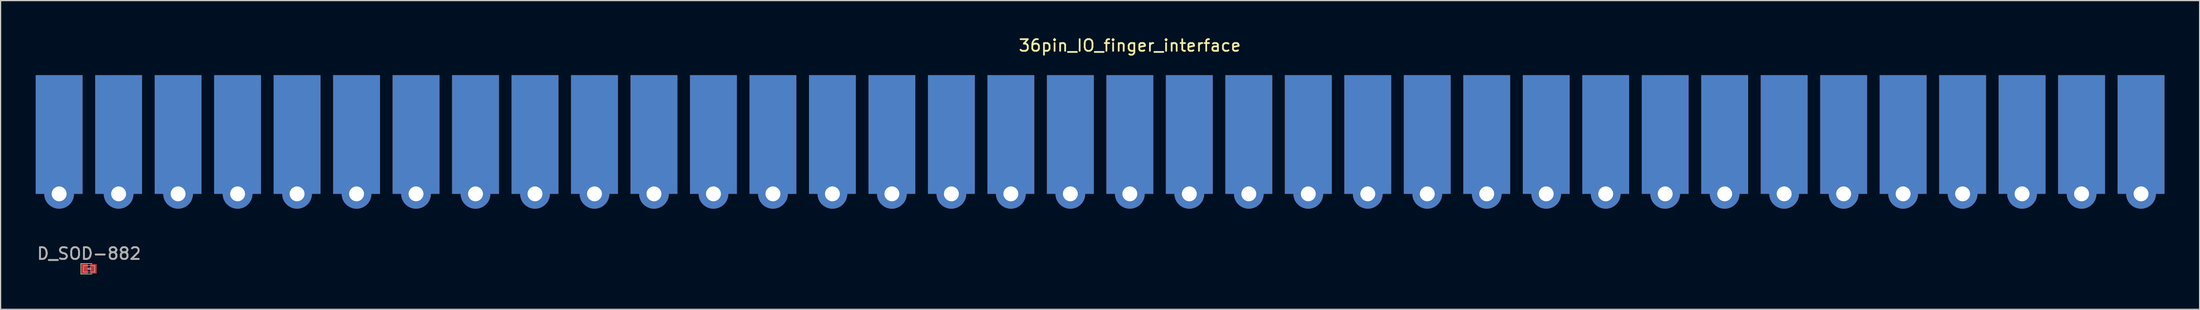
<source format=kicad_pcb>
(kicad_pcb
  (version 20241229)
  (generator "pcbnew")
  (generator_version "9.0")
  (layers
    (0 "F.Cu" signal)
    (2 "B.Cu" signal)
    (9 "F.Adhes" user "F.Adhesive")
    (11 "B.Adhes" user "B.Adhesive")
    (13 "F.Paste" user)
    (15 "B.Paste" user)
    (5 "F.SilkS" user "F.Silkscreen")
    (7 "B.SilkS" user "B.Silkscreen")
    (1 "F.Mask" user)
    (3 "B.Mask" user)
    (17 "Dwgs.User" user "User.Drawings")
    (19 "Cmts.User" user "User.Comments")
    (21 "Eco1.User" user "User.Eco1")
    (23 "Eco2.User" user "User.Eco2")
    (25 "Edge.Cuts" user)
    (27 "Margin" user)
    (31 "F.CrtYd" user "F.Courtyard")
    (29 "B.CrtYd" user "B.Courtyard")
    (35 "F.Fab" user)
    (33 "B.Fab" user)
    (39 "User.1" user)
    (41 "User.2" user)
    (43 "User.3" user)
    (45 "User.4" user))
  (footprint "D_SOD-882"
    (layer "F.Cu")
    (at 4.554 19.966)
    (property "Reference" "D_SOD-882" (at 0 -1.3 0) (layer "F.SilkS") (effects (font (size 1 1) (thickness 0.15))))
    (attr smd)
    (fp_line (start -0.699 -0.445) (end -0.699 0.445) (stroke (width 0.05) (type solid)) (layer "F.SilkS"))
    (fp_line (start -0.699 0.445) (end 0.254 0.445) (stroke (width 0.05) (type solid)) (layer "F.SilkS"))
    (fp_line (start 0.254 -0.445) (end -0.699 -0.445) (stroke (width 0.05) (type solid)) (layer "F.SilkS"))
    (fp_line (start -0.475 -0.275) (end 0.475 -0.275) (stroke (width 0.05) (type solid)) (layer "F.Fab"))
    (fp_line (start -0.475 0.275) (end -0.475 -0.275) (stroke (width 0.05) (type solid)) (layer "F.Fab"))
    (fp_line (start -0.064 0) (end -0.165 0) (stroke (width 0.05) (type solid)) (layer "F.Fab"))
    (fp_line (start -0.051 -0.102) (end -0.051 0.102) (stroke (width 0.05) (type solid)) (layer "F.Fab"))
    (fp_line (start -0.051 0) (end 0.102 -0.102) (stroke (width 0.05) (type solid)) (layer "F.Fab"))
    (fp_line (start 0.102 -0.102) (end 0.102 0.102) (stroke (width 0.05) (type solid)) (layer "F.Fab"))
    (fp_line (start 0.102 0) (end 0.191 0) (stroke (width 0.05) (type solid)) (layer "F.Fab"))
    (fp_line (start 0.102 0.102) (end -0.051 0) (stroke (width 0.05) (type solid)) (layer "F.Fab"))
    (fp_line (start 0.475 -0.275) (end 0.475 0.275) (stroke (width 0.05) (type solid)) (layer "F.Fab"))
    (fp_line (start 0.475 0.275) (end -0.475 0.275) (stroke (width 0.05) (type solid)) (layer "F.Fab"))
    (fp_text user "${REFERENCE}" (at 0 -1.3 0) (layer "F.Fab") (effects (font (size 1 1) (thickness 0.15))))
    (pad "1" smd rect (at -0.375 0) (size 0.55 0.8) (layers "F.Cu" "F.Mask" "F.Paste"))
    (pad "2" smd rect (at 0.375 0) (size 0.55 0.8) (layers "F.Cu" "F.Mask" "F.Paste")))
  (footprint "36pin_IO_finger_interface"
    (layer "F.Cu")
    (at 179.8 8.468)
    (property "Reference" "36pin_IO_finger_interface" (at -86.36 -7.62 0) (layer "F.SilkS") (effects (font (size 1 1) (thickness 0.15))))
    (attr through_hole)
    (pad "1" smd rect (at 0 0) (size 4 10.16) (layers "F.Cu" "F.Mask" "F.Paste"))
    (pad "1" smd rect (at 0 0) (size 4 10.16) (layers "F.Mask" "B.Cu" "F.Paste"))
    (pad "1" thru_hole circle (at 0 5.08) (size 2.54 2.54) (drill 1.27) (layers "*.Cu" "*.Mask"))
    (pad "2" smd rect (at -5.08 0) (size 4 10.16) (layers "F.Cu" "F.Mask" "F.Paste"))
    (pad "2" smd rect (at -5.08 0) (size 4 10.16) (layers "F.Mask" "B.Cu" "F.Paste"))
    (pad "2" thru_hole circle (at -5.08 5.08) (size 2.54 2.54) (drill 1.27) (layers "*.Cu" "*.Mask"))
    (pad "3" smd rect (at -10.16 0) (size 4 10.16) (layers "F.Cu" "F.Mask" "F.Paste"))
    (pad "3" smd rect (at -10.16 0) (size 4 10.16) (layers "F.Mask" "B.Cu" "F.Paste"))
    (pad "3" thru_hole circle (at -10.16 5.08) (size 2.54 2.54) (drill 1.27) (layers "*.Cu" "*.Mask"))
    (pad "4" smd rect (at -15.24 0) (size 4 10.16) (layers "F.Cu" "F.Mask" "F.Paste"))
    (pad "4" smd rect (at -15.24 0) (size 4 10.16) (layers "F.Mask" "B.Cu" "F.Paste"))
    (pad "4" thru_hole circle (at -15.24 5.08) (size 2.54 2.54) (drill 1.27) (layers "*.Cu" "*.Mask"))
    (pad "5" smd rect (at -20.32 0) (size 4 10.16) (layers "F.Cu" "F.Mask" "F.Paste"))
    (pad "5" smd rect (at -20.32 0) (size 4 10.16) (layers "F.Mask" "B.Cu" "F.Paste"))
    (pad "5" thru_hole circle (at -20.32 5.08) (size 2.54 2.54) (drill 1.27) (layers "*.Cu" "*.Mask"))
    (pad "6" smd rect (at -25.4 0) (size 4 10.16) (layers "F.Cu" "F.Mask" "F.Paste"))
    (pad "6" smd rect (at -25.4 0) (size 4 10.16) (layers "F.Mask" "B.Cu" "F.Paste"))
    (pad "6" thru_hole circle (at -25.4 5.08) (size 2.54 2.54) (drill 1.27) (layers "*.Cu" "*.Mask"))
    (pad "7" smd rect (at -30.48 0) (size 4 10.16) (layers "F.Cu" "F.Mask" "F.Paste"))
    (pad "7" smd rect (at -30.48 0) (size 4 10.16) (layers "F.Mask" "B.Cu" "F.Paste"))
    (pad "7" thru_hole circle (at -30.48 5.08) (size 2.54 2.54) (drill 1.27) (layers "*.Cu" "*.Mask"))
    (pad "8" smd rect (at -35.56 0) (size 4 10.16) (layers "F.Cu" "F.Mask" "F.Paste"))
    (pad "8" smd rect (at -35.56 0) (size 4 10.16) (layers "F.Mask" "B.Cu" "F.Paste"))
    (pad "8" thru_hole circle (at -35.56 5.08) (size 2.54 2.54) (drill 1.27) (layers "*.Cu" "*.Mask"))
    (pad "9" smd rect (at -40.64 0) (size 4 10.16) (layers "F.Cu" "F.Mask" "F.Paste"))
    (pad "9" smd rect (at -40.64 0) (size 4 10.16) (layers "F.Mask" "B.Cu" "F.Paste"))
    (pad "9" thru_hole circle (at -40.64 5.08) (size 2.54 2.54) (drill 1.27) (layers "*.Cu" "*.Mask"))
    (pad "10" smd rect (at -45.72 0) (size 4 10.16) (layers "F.Cu" "F.Mask" "F.Paste"))
    (pad "10" smd rect (at -45.72 0) (size 4 10.16) (layers "F.Mask" "B.Cu" "F.Paste"))
    (pad "10" thru_hole circle (at -45.72 5.08) (size 2.54 2.54) (drill 1.27) (layers "*.Cu" "*.Mask"))
    (pad "11" smd rect (at -50.8 0) (size 4 10.16) (layers "F.Cu" "F.Mask" "F.Paste"))
    (pad "11" smd rect (at -50.8 0) (size 4 10.16) (layers "F.Mask" "B.Cu" "F.Paste"))
    (pad "11" thru_hole circle (at -50.8 5.08) (size 2.54 2.54) (drill 1.27) (layers "*.Cu" "*.Mask"))
    (pad "12" smd rect (at -55.88 0) (size 4 10.16) (layers "F.Cu" "F.Mask" "F.Paste"))
    (pad "12" smd rect (at -55.88 0) (size 4 10.16) (layers "F.Mask" "B.Cu" "F.Paste"))
    (pad "12" thru_hole circle (at -55.88 5.08) (size 2.54 2.54) (drill 1.27) (layers "*.Cu" "*.Mask"))
    (pad "13" smd rect (at -60.96 0) (size 4 10.16) (layers "F.Cu" "F.Mask" "F.Paste"))
    (pad "13" smd rect (at -60.96 0) (size 4 10.16) (layers "F.Mask" "B.Cu" "F.Paste"))
    (pad "13" thru_hole circle (at -60.96 5.08) (size 2.54 2.54) (drill 1.27) (layers "*.Cu" "*.Mask"))
    (pad "14" smd rect (at -66.04 0) (size 4 10.16) (layers "F.Cu" "F.Mask" "F.Paste"))
    (pad "14" smd rect (at -66.04 0) (size 4 10.16) (layers "F.Mask" "B.Cu" "F.Paste"))
    (pad "14" thru_hole circle (at -66.04 5.08) (size 2.54 2.54) (drill 1.27) (layers "*.Cu" "*.Mask"))
    (pad "15" smd rect (at -71.12 0) (size 4 10.16) (layers "F.Cu" "F.Mask" "F.Paste"))
    (pad "15" smd rect (at -71.12 0) (size 4 10.16) (layers "F.Mask" "B.Cu" "F.Paste"))
    (pad "15" thru_hole circle (at -71.12 5.08) (size 2.54 2.54) (drill 1.27) (layers "*.Cu" "*.Mask"))
    (pad "16" smd rect (at -76.2 0) (size 4 10.16) (layers "F.Cu" "F.Mask" "F.Paste"))
    (pad "16" smd rect (at -76.2 0) (size 4 10.16) (layers "F.Mask" "B.Cu" "F.Paste"))
    (pad "16" thru_hole circle (at -76.2 5.08) (size 2.54 2.54) (drill 1.27) (layers "*.Cu" "*.Mask"))
    (pad "17" smd rect (at -81.28 0) (size 4 10.16) (layers "F.Cu" "F.Mask" "F.Paste"))
    (pad "17" smd rect (at -81.28 0) (size 4 10.16) (layers "F.Mask" "B.Cu" "F.Paste"))
    (pad "17" thru_hole circle (at -81.28 5.08) (size 2.54 2.54) (drill 1.27) (layers "*.Cu" "*.Mask"))
    (pad "18" smd rect (at -86.36 0) (size 4 10.16) (layers "F.Cu" "F.Mask" "F.Paste"))
    (pad "18" smd rect (at -86.36 0) (size 4 10.16) (layers "F.Mask" "B.Cu" "F.Paste"))
    (pad "18" thru_hole circle (at -86.36 5.08) (size 2.54 2.54) (drill 1.27) (layers "*.Cu" "*.Mask"))
    (pad "19" smd rect (at -91.44 0) (size 4 10.16) (layers "F.Cu" "F.Mask" "F.Paste"))
    (pad "19" smd rect (at -91.44 0) (size 4 10.16) (layers "F.Mask" "B.Cu" "F.Paste"))
    (pad "19" thru_hole circle (at -91.44 5.08) (size 2.54 2.54) (drill 1.27) (layers "*.Cu" "*.Mask"))
    (pad "20" smd rect (at -96.52 0) (size 4 10.16) (layers "F.Cu" "F.Mask" "F.Paste"))
    (pad "20" smd rect (at -96.52 0) (size 4 10.16) (layers "F.Mask" "B.Cu" "F.Paste"))
    (pad "20" thru_hole circle (at -96.52 5.08) (size 2.54 2.54) (drill 1.27) (layers "*.Cu" "*.Mask"))
    (pad "21" smd rect (at -101.6 0) (size 4 10.16) (layers "F.Cu" "F.Mask" "F.Paste"))
    (pad "21" smd rect (at -101.6 0) (size 4 10.16) (layers "F.Mask" "B.Cu" "F.Paste"))
    (pad "21" thru_hole circle (at -101.6 5.08) (size 2.54 2.54) (drill 1.27) (layers "*.Cu" "*.Mask"))
    (pad "22" smd rect (at -106.68 0) (size 4 10.16) (layers "F.Cu" "F.Mask" "F.Paste"))
    (pad "22" smd rect (at -106.68 0) (size 4 10.16) (layers "F.Mask" "B.Cu" "F.Paste"))
    (pad "22" thru_hole circle (at -106.68 5.08) (size 2.54 2.54) (drill 1.27) (layers "*.Cu" "*.Mask"))
    (pad "23" smd rect (at -111.76 0) (size 4 10.16) (layers "F.Cu" "F.Mask" "F.Paste"))
    (pad "23" smd rect (at -111.76 0) (size 4 10.16) (layers "F.Mask" "B.Cu" "F.Paste"))
    (pad "23" thru_hole circle (at -111.76 5.08) (size 2.54 2.54) (drill 1.27) (layers "*.Cu" "*.Mask"))
    (pad "24" smd rect (at -116.84 0) (size 4 10.16) (layers "F.Cu" "F.Mask" "F.Paste"))
    (pad "24" smd rect (at -116.84 0) (size 4 10.16) (layers "F.Mask" "B.Cu" "F.Paste"))
    (pad "24" thru_hole circle (at -116.84 5.08) (size 2.54 2.54) (drill 1.27) (layers "*.Cu" "*.Mask"))
    (pad "25" smd rect (at -121.92 0) (size 4 10.16) (layers "F.Cu" "F.Mask" "F.Paste"))
    (pad "25" smd rect (at -121.92 0) (size 4 10.16) (layers "F.Mask" "B.Cu" "F.Paste"))
    (pad "25" thru_hole circle (at -121.92 5.08) (size 2.54 2.54) (drill 1.27) (layers "*.Cu" "*.Mask"))
    (pad "26" smd rect (at -127 0) (size 4 10.16) (layers "F.Cu" "F.Mask" "F.Paste"))
    (pad "26" smd rect (at -127 0) (size 4 10.16) (layers "F.Mask" "B.Cu" "F.Paste"))
    (pad "26" thru_hole circle (at -127 5.08) (size 2.54 2.54) (drill 1.27) (layers "*.Cu" "*.Mask"))
    (pad "27" smd rect (at -132.08 0) (size 4 10.16) (layers "F.Cu" "F.Mask" "F.Paste"))
    (pad "27" smd rect (at -132.08 0) (size 4 10.16) (layers "F.Mask" "B.Cu" "F.Paste"))
    (pad "27" thru_hole circle (at -132.08 5.08) (size 2.54 2.54) (drill 1.27) (layers "*.Cu" "*.Mask"))
    (pad "28" smd rect (at -137.16 0) (size 4 10.16) (layers "F.Cu" "F.Mask" "F.Paste"))
    (pad "28" smd rect (at -137.16 0) (size 4 10.16) (layers "F.Mask" "B.Cu" "F.Paste"))
    (pad "28" thru_hole circle (at -137.16 5.08) (size 2.54 2.54) (drill 1.27) (layers "*.Cu" "*.Mask"))
    (pad "29" smd rect (at -142.24 0) (size 4 10.16) (layers "F.Cu" "F.Mask" "F.Paste"))
    (pad "29" smd rect (at -142.24 0) (size 4 10.16) (layers "F.Mask" "B.Cu" "F.Paste"))
    (pad "29" thru_hole circle (at -142.24 5.08) (size 2.54 2.54) (drill 1.27) (layers "*.Cu" "*.Mask"))
    (pad "30" smd rect (at -147.32 0) (size 4 10.16) (layers "F.Cu" "F.Mask" "F.Paste"))
    (pad "30" smd rect (at -147.32 0) (size 4 10.16) (layers "F.Mask" "B.Cu" "F.Paste"))
    (pad "30" thru_hole circle (at -147.32 5.08) (size 2.54 2.54) (drill 1.27) (layers "*.Cu" "*.Mask"))
    (pad "31" smd rect (at -152.4 0) (size 4 10.16) (layers "F.Cu" "F.Mask" "F.Paste"))
    (pad "31" smd rect (at -152.4 0) (size 4 10.16) (layers "F.Mask" "B.Cu" "F.Paste"))
    (pad "31" thru_hole circle (at -152.4 5.08) (size 2.54 2.54) (drill 1.27) (layers "*.Cu" "*.Mask"))
    (pad "32" smd rect (at -157.48 0) (size 4 10.16) (layers "F.Cu" "F.Mask" "F.Paste"))
    (pad "32" smd rect (at -157.48 0) (size 4 10.16) (layers "F.Mask" "B.Cu" "F.Paste"))
    (pad "32" thru_hole circle (at -157.48 5.08) (size 2.54 2.54) (drill 1.27) (layers "*.Cu" "*.Mask"))
    (pad "33" smd rect (at -162.56 0) (size 4 10.16) (layers "F.Cu" "F.Mask" "F.Paste"))
    (pad "33" smd rect (at -162.56 0) (size 4 10.16) (layers "F.Mask" "B.Cu" "F.Paste"))
    (pad "33" thru_hole circle (at -162.56 5.08) (size 2.54 2.54) (drill 1.27) (layers "*.Cu" "*.Mask"))
    (pad "34" smd rect (at -167.64 0) (size 4 10.16) (layers "F.Cu" "F.Mask" "F.Paste"))
    (pad "34" smd rect (at -167.64 0) (size 4 10.16) (layers "F.Mask" "B.Cu" "F.Paste"))
    (pad "34" thru_hole circle (at -167.64 5.08) (size 2.54 2.54) (drill 1.27) (layers "*.Cu" "*.Mask"))
    (pad "35" smd rect (at -172.72 0) (size 4 10.16) (layers "F.Cu" "F.Mask" "F.Paste"))
    (pad "35" smd rect (at -172.72 0) (size 4 10.16) (layers "F.Mask" "B.Cu" "F.Paste"))
    (pad "35" thru_hole circle (at -172.72 5.08) (size 2.54 2.54) (drill 1.27) (layers "*.Cu" "*.Mask"))
    (pad "36" smd rect (at -177.8 0) (size 4 10.16) (layers "F.Cu" "F.Mask" "F.Paste"))
    (pad "36" smd rect (at -177.8 0) (size 4 10.16) (layers "F.Mask" "B.Cu" "F.Paste"))
    (pad "36" thru_hole circle (at -177.8 5.08) (size 2.54 2.54) (drill 1.27) (layers "*.Cu" "*.Mask")))
  (gr_rect
    (start -3 -3)
    (end 184.8 23.436)
    (stroke (width 0.1) (type default))
    (fill no)
    (layer "Edge.Cuts")))
</source>
